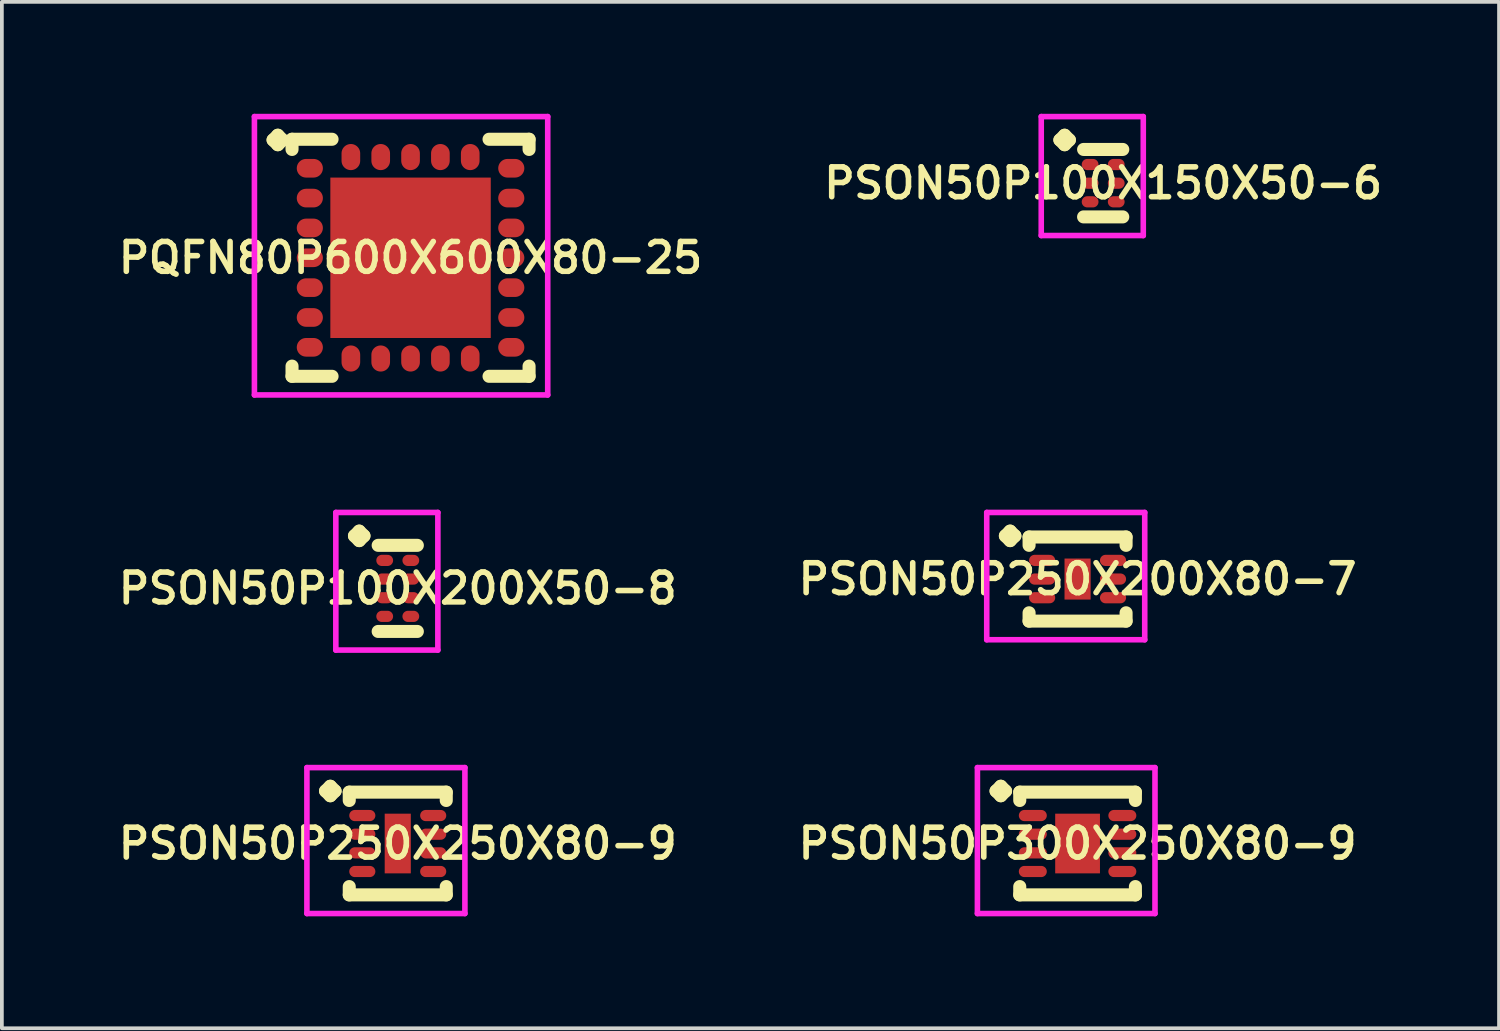
<source format=kicad_pcb>
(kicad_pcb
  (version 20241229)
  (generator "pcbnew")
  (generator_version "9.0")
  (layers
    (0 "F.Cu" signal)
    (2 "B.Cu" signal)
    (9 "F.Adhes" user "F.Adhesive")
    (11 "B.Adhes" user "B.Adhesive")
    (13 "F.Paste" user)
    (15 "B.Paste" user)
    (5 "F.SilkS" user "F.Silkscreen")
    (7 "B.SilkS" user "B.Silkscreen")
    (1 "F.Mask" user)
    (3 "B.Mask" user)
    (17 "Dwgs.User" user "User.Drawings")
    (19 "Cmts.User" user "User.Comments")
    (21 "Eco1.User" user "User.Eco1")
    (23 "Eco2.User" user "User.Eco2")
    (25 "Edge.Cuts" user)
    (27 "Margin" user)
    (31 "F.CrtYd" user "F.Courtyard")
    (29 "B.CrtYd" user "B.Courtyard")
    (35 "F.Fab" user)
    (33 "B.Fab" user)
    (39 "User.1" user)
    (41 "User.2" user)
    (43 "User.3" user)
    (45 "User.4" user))
  (footprint "PSON50P300X250X80-9"
    (layer "F.Cu")
    (at 25.835 19.561)
    (property "Reference" "PSON50P300X250X80-9" (at 0 0 0) (layer "F.SilkS") (effects (font (size 0.8 0.8) (thickness 0.15))))
    (attr through_hole)
    (fp_line (start -2.185 -1.408) (end -2.058 -1.535) (stroke (width 0.35) (type solid)) (layer "F.SilkS"))
    (fp_line (start -2.058 -1.535) (end -1.931 -1.408) (stroke (width 0.35) (type solid)) (layer "F.SilkS"))
    (fp_line (start -2.058 -1.281) (end -2.185 -1.408) (stroke (width 0.35) (type solid)) (layer "F.SilkS"))
    (fp_line (start -1.931 -1.408) (end -2.058 -1.281) (stroke (width 0.35) (type solid)) (layer "F.SilkS"))
    (fp_line (start -1.55 -1.377) (end 1.55 -1.377) (stroke (width 0.35) (type solid)) (layer "F.SilkS"))
    (fp_line (start -1.55 -1.154) (end -1.55 -1.377) (stroke (width 0.35) (type solid)) (layer "F.SilkS"))
    (fp_line (start -1.55 1.154) (end -1.55 1.377) (stroke (width 0.35) (type solid)) (layer "F.SilkS"))
    (fp_line (start -1.55 1.377) (end 1.55 1.377) (stroke (width 0.35) (type solid)) (layer "F.SilkS"))
    (fp_line (start 1.55 -1.377) (end 1.55 -1.154) (stroke (width 0.35) (type solid)) (layer "F.SilkS"))
    (fp_line (start 1.55 1.377) (end 1.55 1.154) (stroke (width 0.35) (type solid)) (layer "F.SilkS"))
    (fp_line (start -2.685 -2.035) (end 2.075 -2.035) (stroke (width 0.15) (type solid)) (layer "F.CrtYd"))
    (fp_line (start -2.685 1.877) (end -2.685 -2.035) (stroke (width 0.15) (type solid)) (layer "F.CrtYd"))
    (fp_line (start 2.075 -2.035) (end 2.075 1.877) (stroke (width 0.15) (type solid)) (layer "F.CrtYd"))
    (fp_line (start 2.075 1.877) (end -2.685 1.877) (stroke (width 0.15) (type solid)) (layer "F.CrtYd"))
    (pad "1" smd oval (at -1.2 -0.75) (size 0.75 0.3) (layers "F.Cu" "F.Mask" "F.Paste"))
    (pad "2" smd oval (at -1.2 -0.25) (size 0.75 0.3) (layers "F.Cu" "F.Mask" "F.Paste"))
    (pad "3" smd oval (at -1.2 0.25) (size 0.75 0.3) (layers "F.Cu" "F.Mask" "F.Paste"))
    (pad "4" smd oval (at -1.2 0.75) (size 0.75 0.3) (layers "F.Cu" "F.Mask" "F.Paste"))
    (pad "5" smd oval (at 1.2 0.75) (size 0.75 0.3) (layers "F.Cu" "F.Mask" "F.Paste"))
    (pad "6" smd oval (at 1.2 0.25) (size 0.75 0.3) (layers "F.Cu" "F.Mask" "F.Paste"))
    (pad "7" smd oval (at 1.2 -0.25) (size 0.75 0.3) (layers "F.Cu" "F.Mask" "F.Paste"))
    (pad "8" smd oval (at 1.2 -0.75) (size 0.75 0.3) (layers "F.Cu" "F.Mask" "F.Paste"))
    (pad "9" smd rect (at 0 0) (size 1.2 1.6) (layers "F.Cu" "F.Mask" "F.Paste")))
  (footprint "PSON50P100X200X50-8"
    (layer "F.Cu")
    (at 7.612 12.722)
    (property "Reference" "PSON50P100X200X50-8" (at 0 0 0) (layer "F.SilkS") (effects (font (size 0.8 0.8) (thickness 0.15))))
    (attr smd)
    (fp_line (start -1.16 -1.408) (end -1.033 -1.535) (stroke (width 0.35) (type solid)) (layer "F.SilkS"))
    (fp_line (start -1.033 -1.535) (end -0.906 -1.408) (stroke (width 0.35) (type solid)) (layer "F.SilkS"))
    (fp_line (start -1.033 -1.281) (end -1.16 -1.408) (stroke (width 0.35) (type solid)) (layer "F.SilkS"))
    (fp_line (start -0.906 -1.408) (end -1.033 -1.281) (stroke (width 0.35) (type solid)) (layer "F.SilkS"))
    (fp_line (start -0.525 -1.154) (end 0.525 -1.154) (stroke (width 0.35) (type solid)) (layer "F.SilkS"))
    (fp_line (start -0.525 1.154) (end 0.525 1.154) (stroke (width 0.35) (type solid)) (layer "F.SilkS"))
    (fp_line (start -1.66 -2.035) (end 1.075 -2.035) (stroke (width 0.15) (type solid)) (layer "F.CrtYd"))
    (fp_line (start -1.66 1.654) (end -1.66 -2.035) (stroke (width 0.15) (type solid)) (layer "F.CrtYd"))
    (fp_line (start 1.075 -2.035) (end 1.075 1.654) (stroke (width 0.15) (type solid)) (layer "F.CrtYd"))
    (fp_line (start 1.075 1.654) (end -1.66 1.654) (stroke (width 0.15) (type solid)) (layer "F.CrtYd"))
    (pad "1" smd oval (at -0.35 -0.75) (size 0.45 0.3) (layers "F.Cu" "F.Mask" "F.Paste"))
    (pad "2" smd oval (at -0.35 -0.25) (size 0.45 0.3) (layers "F.Cu" "F.Mask" "F.Paste"))
    (pad "3" smd oval (at -0.35 0.25) (size 0.45 0.3) (layers "F.Cu" "F.Mask" "F.Paste"))
    (pad "4" smd oval (at -0.35 0.75) (size 0.45 0.3) (layers "F.Cu" "F.Mask" "F.Paste"))
    (pad "5" smd oval (at 0.35 0.75) (size 0.45 0.3) (layers "F.Cu" "F.Mask" "F.Paste"))
    (pad "6" smd oval (at 0.35 0.25) (size 0.45 0.3) (layers "F.Cu" "F.Mask" "F.Paste"))
    (pad "7" smd oval (at 0.35 -0.25) (size 0.45 0.3) (layers "F.Cu" "F.Mask" "F.Paste"))
    (pad "8" smd oval (at 0.35 -0.75) (size 0.45 0.3) (layers "F.Cu" "F.Mask" "F.Paste")))
  (footprint "PQFN80P600X600X80-25"
    (layer "F.Cu")
    (at 7.955 3.86)
    (property "Reference" "PQFN80P600X600X80-25" (at 0 0 0) (layer "F.SilkS") (effects (font (size 0.8 0.8) (thickness 0.15))))
    (attr smd)
    (fp_line (start -3.685 -3.158) (end -3.558 -3.285) (stroke (width 0.35) (type solid)) (layer "F.SilkS"))
    (fp_line (start -3.558 -3.285) (end -3.431 -3.158) (stroke (width 0.35) (type solid)) (layer "F.SilkS"))
    (fp_line (start -3.558 -3.031) (end -3.685 -3.158) (stroke (width 0.35) (type solid)) (layer "F.SilkS"))
    (fp_line (start -3.431 -3.158) (end -3.558 -3.031) (stroke (width 0.35) (type solid)) (layer "F.SilkS"))
    (fp_line (start -3.177 -3.177) (end -2.104 -3.177) (stroke (width 0.35) (type solid)) (layer "F.SilkS"))
    (fp_line (start -3.177 -2.904) (end -3.177 -3.177) (stroke (width 0.35) (type solid)) (layer "F.SilkS"))
    (fp_line (start -3.177 2.904) (end -3.177 3.177) (stroke (width 0.35) (type solid)) (layer "F.SilkS"))
    (fp_line (start -3.177 3.177) (end -2.104 3.177) (stroke (width 0.35) (type solid)) (layer "F.SilkS"))
    (fp_line (start 2.104 -3.177) (end 3.177 -3.177) (stroke (width 0.35) (type solid)) (layer "F.SilkS"))
    (fp_line (start 2.104 3.177) (end 3.177 3.177) (stroke (width 0.35) (type solid)) (layer "F.SilkS"))
    (fp_line (start 3.177 -3.177) (end 3.177 -2.904) (stroke (width 0.35) (type solid)) (layer "F.SilkS"))
    (fp_line (start 3.177 3.177) (end 3.177 2.904) (stroke (width 0.35) (type solid)) (layer "F.SilkS"))
    (fp_line (start -4.185 -3.785) (end 3.677 -3.785) (stroke (width 0.15) (type solid)) (layer "F.CrtYd"))
    (fp_line (start -4.185 3.677) (end -4.185 -3.785) (stroke (width 0.15) (type solid)) (layer "F.CrtYd"))
    (fp_line (start 3.677 -3.785) (end 3.677 3.677) (stroke (width 0.15) (type solid)) (layer "F.CrtYd"))
    (fp_line (start 3.677 3.677) (end -4.185 3.677) (stroke (width 0.15) (type solid)) (layer "F.CrtYd"))
    (pad "1" smd oval (at -2.7 -2.4) (size 0.7 0.5) (layers "F.Cu" "F.Mask" "F.Paste"))
    (pad "2" smd oval (at -2.7 -1.6) (size 0.7 0.5) (layers "F.Cu" "F.Mask" "F.Paste"))
    (pad "3" smd oval (at -2.7 -0.8) (size 0.7 0.5) (layers "F.Cu" "F.Mask" "F.Paste"))
    (pad "4" smd oval (at -2.7 0) (size 0.7 0.5) (layers "F.Cu" "F.Mask" "F.Paste"))
    (pad "5" smd oval (at -2.7 0.8) (size 0.7 0.5) (layers "F.Cu" "F.Mask" "F.Paste"))
    (pad "6" smd oval (at -2.7 1.6) (size 0.7 0.5) (layers "F.Cu" "F.Mask" "F.Paste"))
    (pad "7" smd oval (at -2.7 2.4) (size 0.7 0.5) (layers "F.Cu" "F.Mask" "F.Paste"))
    (pad "8" smd oval (at -1.6 2.7) (size 0.5 0.7) (layers "F.Cu" "F.Mask" "F.Paste"))
    (pad "9" smd oval (at -0.8 2.7) (size 0.5 0.7) (layers "F.Cu" "F.Mask" "F.Paste"))
    (pad "10" smd oval (at 0 2.7) (size 0.5 0.7) (layers "F.Cu" "F.Mask" "F.Paste"))
    (pad "11" smd oval (at 0.8 2.7) (size 0.5 0.7) (layers "F.Cu" "F.Mask" "F.Paste"))
    (pad "12" smd oval (at 1.6 2.7) (size 0.5 0.7) (layers "F.Cu" "F.Mask" "F.Paste"))
    (pad "13" smd oval (at 2.7 2.4) (size 0.7 0.5) (layers "F.Cu" "F.Mask" "F.Paste"))
    (pad "14" smd oval (at 2.7 1.6) (size 0.7 0.5) (layers "F.Cu" "F.Mask" "F.Paste"))
    (pad "15" smd oval (at 2.7 0.8) (size 0.7 0.5) (layers "F.Cu" "F.Mask" "F.Paste"))
    (pad "16" smd oval (at 2.7 0) (size 0.7 0.5) (layers "F.Cu" "F.Mask" "F.Paste"))
    (pad "17" smd oval (at 2.7 -0.8) (size 0.7 0.5) (layers "F.Cu" "F.Mask" "F.Paste"))
    (pad "18" smd oval (at 2.7 -1.6) (size 0.7 0.5) (layers "F.Cu" "F.Mask" "F.Paste"))
    (pad "19" smd oval (at 2.7 -2.4) (size 0.7 0.5) (layers "F.Cu" "F.Mask" "F.Paste"))
    (pad "20" smd oval (at 1.6 -2.7) (size 0.5 0.7) (layers "F.Cu" "F.Mask" "F.Paste"))
    (pad "21" smd oval (at 0.8 -2.7) (size 0.5 0.7) (layers "F.Cu" "F.Mask" "F.Paste"))
    (pad "22" smd oval (at 0 -2.7) (size 0.5 0.7) (layers "F.Cu" "F.Mask" "F.Paste"))
    (pad "23" smd oval (at -0.8 -2.7) (size 0.5 0.7) (layers "F.Cu" "F.Mask" "F.Paste"))
    (pad "24" smd oval (at -1.6 -2.7) (size 0.5 0.7) (layers "F.Cu" "F.Mask" "F.Paste"))
    (pad "25" smd rect (at 0 0) (size 4.3 4.3) (layers "F.Cu" "F.Mask" "F.Paste")))
  (footprint "PSON50P100X150X50-6"
    (layer "F.Cu")
    (at 26.521 1.86)
    (property "Reference" "PSON50P100X150X50-6" (at 0 0 0) (layer "F.SilkS") (effects (font (size 0.8 0.8) (thickness 0.15))))
    (attr smd)
    (fp_line (start -1.16 -1.158) (end -1.033 -1.285) (stroke (width 0.35) (type solid)) (layer "F.SilkS"))
    (fp_line (start -1.033 -1.285) (end -0.906 -1.158) (stroke (width 0.35) (type solid)) (layer "F.SilkS"))
    (fp_line (start -1.033 -1.031) (end -1.16 -1.158) (stroke (width 0.35) (type solid)) (layer "F.SilkS"))
    (fp_line (start -0.906 -1.158) (end -1.033 -1.031) (stroke (width 0.35) (type solid)) (layer "F.SilkS"))
    (fp_line (start -0.525 -0.904) (end 0.525 -0.904) (stroke (width 0.35) (type solid)) (layer "F.SilkS"))
    (fp_line (start -0.525 0.904) (end 0.525 0.904) (stroke (width 0.35) (type solid)) (layer "F.SilkS"))
    (fp_line (start -1.66 -1.785) (end 1.075 -1.785) (stroke (width 0.15) (type solid)) (layer "F.CrtYd"))
    (fp_line (start -1.66 1.404) (end -1.66 -1.785) (stroke (width 0.15) (type solid)) (layer "F.CrtYd"))
    (fp_line (start 1.075 -1.785) (end 1.075 1.404) (stroke (width 0.15) (type solid)) (layer "F.CrtYd"))
    (fp_line (start 1.075 1.404) (end -1.66 1.404) (stroke (width 0.15) (type solid)) (layer "F.CrtYd"))
    (pad "1" smd oval (at -0.35 -0.5) (size 0.45 0.3) (layers "F.Cu" "F.Mask" "F.Paste"))
    (pad "2" smd oval (at -0.35 0) (size 0.45 0.3) (layers "F.Cu" "F.Mask" "F.Paste"))
    (pad "3" smd oval (at -0.35 0.5) (size 0.45 0.3) (layers "F.Cu" "F.Mask" "F.Paste"))
    (pad "4" smd oval (at 0.35 0.5) (size 0.45 0.3) (layers "F.Cu" "F.Mask" "F.Paste"))
    (pad "5" smd oval (at 0.35 0) (size 0.45 0.3) (layers "F.Cu" "F.Mask" "F.Paste"))
    (pad "6" smd oval (at 0.35 -0.5) (size 0.45 0.3) (layers "F.Cu" "F.Mask" "F.Paste")))
  (footprint "PSON50P250X250X80-9"
    (layer "F.Cu")
    (at 7.612 19.561)
    (property "Reference" "PSON50P250X250X80-9" (at 0 0 0) (layer "F.SilkS") (effects (font (size 0.8 0.8) (thickness 0.15))))
    (attr smd)
    (fp_line (start -1.935 -1.408) (end -1.808 -1.535) (stroke (width 0.35) (type solid)) (layer "F.SilkS"))
    (fp_line (start -1.808 -1.535) (end -1.681 -1.408) (stroke (width 0.35) (type solid)) (layer "F.SilkS"))
    (fp_line (start -1.808 -1.281) (end -1.935 -1.408) (stroke (width 0.35) (type solid)) (layer "F.SilkS"))
    (fp_line (start -1.681 -1.408) (end -1.808 -1.281) (stroke (width 0.35) (type solid)) (layer "F.SilkS"))
    (fp_line (start -1.3 -1.377) (end 1.3 -1.377) (stroke (width 0.35) (type solid)) (layer "F.SilkS"))
    (fp_line (start -1.3 -1.154) (end -1.3 -1.377) (stroke (width 0.35) (type solid)) (layer "F.SilkS"))
    (fp_line (start -1.3 1.154) (end -1.3 1.377) (stroke (width 0.35) (type solid)) (layer "F.SilkS"))
    (fp_line (start -1.3 1.377) (end 1.3 1.377) (stroke (width 0.35) (type solid)) (layer "F.SilkS"))
    (fp_line (start 1.3 -1.377) (end 1.3 -1.154) (stroke (width 0.35) (type solid)) (layer "F.SilkS"))
    (fp_line (start 1.3 1.377) (end 1.3 1.154) (stroke (width 0.35) (type solid)) (layer "F.SilkS"))
    (fp_line (start -2.435 -2.035) (end 1.8 -2.035) (stroke (width 0.15) (type solid)) (layer "F.CrtYd"))
    (fp_line (start -2.435 1.877) (end -2.435 -2.035) (stroke (width 0.15) (type solid)) (layer "F.CrtYd"))
    (fp_line (start 1.8 -2.035) (end 1.8 1.877) (stroke (width 0.15) (type solid)) (layer "F.CrtYd"))
    (fp_line (start 1.8 1.877) (end -2.435 1.877) (stroke (width 0.15) (type solid)) (layer "F.CrtYd"))
    (pad "1" smd oval (at -0.95 -0.75) (size 0.7 0.3) (layers "F.Cu" "F.Mask" "F.Paste"))
    (pad "2" smd oval (at -0.95 -0.25) (size 0.7 0.3) (layers "F.Cu" "F.Mask" "F.Paste"))
    (pad "3" smd oval (at -0.95 0.25) (size 0.7 0.3) (layers "F.Cu" "F.Mask" "F.Paste"))
    (pad "4" smd oval (at -0.95 0.75) (size 0.7 0.3) (layers "F.Cu" "F.Mask" "F.Paste"))
    (pad "5" smd oval (at 0.95 0.75) (size 0.7 0.3) (layers "F.Cu" "F.Mask" "F.Paste"))
    (pad "6" smd oval (at 0.95 0.25) (size 0.7 0.3) (layers "F.Cu" "F.Mask" "F.Paste"))
    (pad "7" smd oval (at 0.95 -0.25) (size 0.7 0.3) (layers "F.Cu" "F.Mask" "F.Paste"))
    (pad "8" smd oval (at 0.95 -0.75) (size 0.7 0.3) (layers "F.Cu" "F.Mask" "F.Paste"))
    (pad "9" smd rect (at 0 0) (size 0.7 1.6) (layers "F.Cu" "F.Mask" "F.Paste")))
  (footprint "PSON50P250X200X80-7"
    (layer "F.Cu")
    (at 25.835 12.472)
    (property "Reference" "PSON50P250X200X80-7" (at 0 0 0) (layer "F.SilkS") (effects (font (size 0.8 0.8) (thickness 0.15))))
    (attr smd)
    (fp_line (start -1.935 -1.158) (end -1.808 -1.285) (stroke (width 0.35) (type solid)) (layer "F.SilkS"))
    (fp_line (start -1.808 -1.285) (end -1.681 -1.158) (stroke (width 0.35) (type solid)) (layer "F.SilkS"))
    (fp_line (start -1.808 -1.031) (end -1.935 -1.158) (stroke (width 0.35) (type solid)) (layer "F.SilkS"))
    (fp_line (start -1.681 -1.158) (end -1.808 -1.031) (stroke (width 0.35) (type solid)) (layer "F.SilkS"))
    (fp_line (start -1.3 -1.127) (end 1.3 -1.127) (stroke (width 0.35) (type solid)) (layer "F.SilkS"))
    (fp_line (start -1.3 -0.904) (end -1.3 -1.127) (stroke (width 0.35) (type solid)) (layer "F.SilkS"))
    (fp_line (start -1.3 0.904) (end -1.3 1.127) (stroke (width 0.35) (type solid)) (layer "F.SilkS"))
    (fp_line (start -1.3 1.127) (end 1.3 1.127) (stroke (width 0.35) (type solid)) (layer "F.SilkS"))
    (fp_line (start 1.3 -1.127) (end 1.3 -0.904) (stroke (width 0.35) (type solid)) (layer "F.SilkS"))
    (fp_line (start 1.3 1.127) (end 1.3 0.904) (stroke (width 0.35) (type solid)) (layer "F.SilkS"))
    (fp_line (start -2.435 -1.785) (end 1.8 -1.785) (stroke (width 0.15) (type solid)) (layer "F.CrtYd"))
    (fp_line (start -2.435 1.627) (end -2.435 -1.785) (stroke (width 0.15) (type solid)) (layer "F.CrtYd"))
    (fp_line (start 1.8 -1.785) (end 1.8 1.627) (stroke (width 0.15) (type solid)) (layer "F.CrtYd"))
    (fp_line (start 1.8 1.627) (end -2.435 1.627) (stroke (width 0.15) (type solid)) (layer "F.CrtYd"))
    (pad "1" smd oval (at -0.95 -0.5) (size 0.7 0.3) (layers "F.Cu" "F.Mask" "F.Paste"))
    (pad "2" smd oval (at -0.95 0) (size 0.7 0.3) (layers "F.Cu" "F.Mask" "F.Paste"))
    (pad "3" smd oval (at -0.95 0.5) (size 0.7 0.3) (layers "F.Cu" "F.Mask" "F.Paste"))
    (pad "4" smd oval (at 0.95 0.5) (size 0.7 0.3) (layers "F.Cu" "F.Mask" "F.Paste"))
    (pad "5" smd oval (at 0.95 0) (size 0.7 0.3) (layers "F.Cu" "F.Mask" "F.Paste"))
    (pad "6" smd oval (at 0.95 -0.5) (size 0.7 0.3) (layers "F.Cu" "F.Mask" "F.Paste"))
    (pad "7" smd rect (at 0 0) (size 0.7 1.1) (layers "F.Cu" "F.Mask" "F.Paste")))
  (gr_rect
    (start -3 -3)
    (end 37.132 24.513)
    (stroke (width 0.1) (type default))
    (fill no)
    (layer "Edge.Cuts")))
</source>
